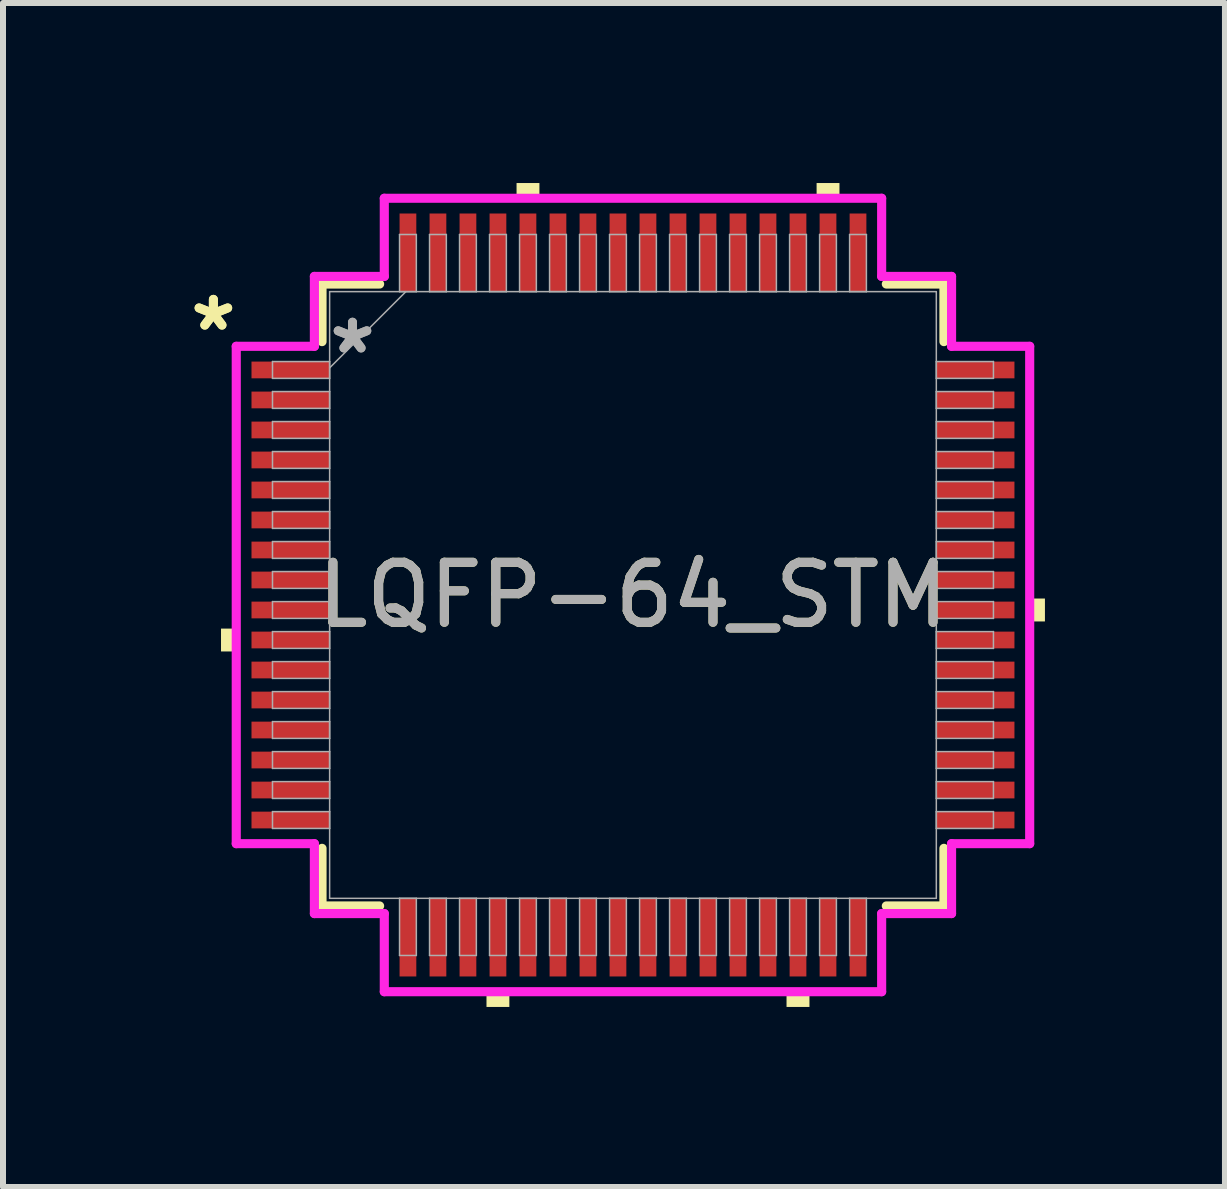
<source format=kicad_pcb>
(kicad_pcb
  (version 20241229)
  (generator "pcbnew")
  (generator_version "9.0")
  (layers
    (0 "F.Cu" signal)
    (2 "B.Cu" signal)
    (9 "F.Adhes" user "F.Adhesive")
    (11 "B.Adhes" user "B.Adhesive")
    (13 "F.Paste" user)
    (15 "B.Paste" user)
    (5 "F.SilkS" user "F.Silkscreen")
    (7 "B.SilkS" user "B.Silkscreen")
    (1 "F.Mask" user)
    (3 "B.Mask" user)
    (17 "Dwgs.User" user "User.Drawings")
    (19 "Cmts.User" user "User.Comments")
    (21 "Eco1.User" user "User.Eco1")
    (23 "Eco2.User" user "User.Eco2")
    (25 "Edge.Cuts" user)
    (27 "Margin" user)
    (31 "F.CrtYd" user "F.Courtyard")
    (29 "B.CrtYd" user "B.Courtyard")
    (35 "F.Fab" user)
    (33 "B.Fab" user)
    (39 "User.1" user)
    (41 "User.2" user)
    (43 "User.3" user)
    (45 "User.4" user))
  (footprint "LQFP-64_STM"
    (layer "F.Cu")
    (at 7.498 6.865)
    (property "Reference" "LQFP-64_STM" (at 0 0 0) (unlocked yes) (layer "F.SilkS") (effects (font (size 1 1) (thickness 0.15))))
    (attr smd)
    (fp_line (start -5.182 -5.182) (end -5.182 -4.222) (stroke (width 0.152) (type solid)) (layer "F.SilkS"))
    (fp_line (start -5.182 4.222) (end -5.182 5.182) (stroke (width 0.152) (type solid)) (layer "F.SilkS"))
    (fp_line (start -5.182 5.182) (end -4.222 5.182) (stroke (width 0.152) (type solid)) (layer "F.SilkS"))
    (fp_line (start -4.222 -5.182) (end -5.182 -5.182) (stroke (width 0.152) (type solid)) (layer "F.SilkS"))
    (fp_line (start 4.222 5.182) (end 5.182 5.182) (stroke (width 0.152) (type solid)) (layer "F.SilkS"))
    (fp_line (start 5.182 -5.182) (end 4.222 -5.182) (stroke (width 0.152) (type solid)) (layer "F.SilkS"))
    (fp_line (start 5.182 -4.222) (end 5.182 -5.182) (stroke (width 0.152) (type solid)) (layer "F.SilkS"))
    (fp_line (start 5.182 5.182) (end 5.182 4.222) (stroke (width 0.152) (type solid)) (layer "F.SilkS"))
    (fp_poly (pts (xy -6.865 0.56) (xy -6.865 0.941) (xy -6.611 0.941) (xy -6.611 0.56)) (stroke (width 0) (type solid)) (fill yes) (layer "F.SilkS"))
    (fp_poly (pts (xy -2.441 6.611) (xy -2.441 6.865) (xy -2.06 6.865) (xy -2.06 6.611)) (stroke (width 0) (type solid)) (fill yes) (layer "F.SilkS"))
    (fp_poly (pts (xy -1.94 -6.611) (xy -1.94 -6.865) (xy -1.559 -6.865) (xy -1.559 -6.611)) (stroke (width 0) (type solid)) (fill yes) (layer "F.SilkS"))
    (fp_poly (pts (xy 2.559 6.611) (xy 2.559 6.865) (xy 2.941 6.865) (xy 2.941 6.611)) (stroke (width 0) (type solid)) (fill yes) (layer "F.SilkS"))
    (fp_poly (pts (xy 3.06 -6.611) (xy 3.06 -6.865) (xy 3.441 -6.865) (xy 3.441 -6.611)) (stroke (width 0) (type solid)) (fill yes) (layer "F.SilkS"))
    (fp_poly (pts (xy 6.865 0.059) (xy 6.865 0.441) (xy 6.611 0.441) (xy 6.611 0.059)) (stroke (width 0) (type solid)) (fill yes) (layer "F.SilkS"))
    (fp_line (start -6.611 -4.144) (end -5.309 -4.144) (stroke (width 0.152) (type solid)) (layer "F.CrtYd"))
    (fp_line (start -6.611 4.144) (end -6.611 -4.144) (stroke (width 0.152) (type solid)) (layer "F.CrtYd"))
    (fp_line (start -5.309 -5.309) (end -4.144 -5.309) (stroke (width 0.152) (type solid)) (layer "F.CrtYd"))
    (fp_line (start -5.309 -4.144) (end -5.309 -5.309) (stroke (width 0.152) (type solid)) (layer "F.CrtYd"))
    (fp_line (start -5.309 4.144) (end -6.611 4.144) (stroke (width 0.152) (type solid)) (layer "F.CrtYd"))
    (fp_line (start -5.309 5.309) (end -5.309 4.144) (stroke (width 0.152) (type solid)) (layer "F.CrtYd"))
    (fp_line (start -5.309 5.309) (end -4.144 5.309) (stroke (width 0.152) (type solid)) (layer "F.CrtYd"))
    (fp_line (start -4.144 -6.611) (end 4.144 -6.611) (stroke (width 0.152) (type solid)) (layer "F.CrtYd"))
    (fp_line (start -4.144 -5.309) (end -4.144 -6.611) (stroke (width 0.152) (type solid)) (layer "F.CrtYd"))
    (fp_line (start -4.144 5.309) (end -4.144 6.611) (stroke (width 0.152) (type solid)) (layer "F.CrtYd"))
    (fp_line (start -4.144 6.611) (end 4.144 6.611) (stroke (width 0.152) (type solid)) (layer "F.CrtYd"))
    (fp_line (start 4.144 -6.611) (end 4.144 -5.309) (stroke (width 0.152) (type solid)) (layer "F.CrtYd"))
    (fp_line (start 4.144 -5.309) (end 5.309 -5.309) (stroke (width 0.152) (type solid)) (layer "F.CrtYd"))
    (fp_line (start 4.144 5.309) (end 5.309 5.309) (stroke (width 0.152) (type solid)) (layer "F.CrtYd"))
    (fp_line (start 4.144 6.611) (end 4.144 5.309) (stroke (width 0.152) (type solid)) (layer "F.CrtYd"))
    (fp_line (start 5.309 -4.144) (end 5.309 -5.309) (stroke (width 0.152) (type solid)) (layer "F.CrtYd"))
    (fp_line (start 5.309 4.144) (end 6.611 4.144) (stroke (width 0.152) (type solid)) (layer "F.CrtYd"))
    (fp_line (start 5.309 5.309) (end 5.309 4.144) (stroke (width 0.152) (type solid)) (layer "F.CrtYd"))
    (fp_line (start 6.611 -4.144) (end 5.309 -4.144) (stroke (width 0.152) (type solid)) (layer "F.CrtYd"))
    (fp_line (start 6.611 4.144) (end 6.611 -4.144) (stroke (width 0.152) (type solid)) (layer "F.CrtYd"))
    (fp_line (start -6.007 -3.89) (end -6.007 -3.61) (stroke (width 0.025) (type solid)) (layer "F.Fab"))
    (fp_line (start -6.007 -3.61) (end -5.055 -3.61) (stroke (width 0.025) (type solid)) (layer "F.Fab"))
    (fp_line (start -6.007 -3.39) (end -6.007 -3.11) (stroke (width 0.025) (type solid)) (layer "F.Fab"))
    (fp_line (start -6.007 -3.11) (end -5.055 -3.11) (stroke (width 0.025) (type solid)) (layer "F.Fab"))
    (fp_line (start -6.007 -2.89) (end -6.007 -2.61) (stroke (width 0.025) (type solid)) (layer "F.Fab"))
    (fp_line (start -6.007 -2.61) (end -5.055 -2.61) (stroke (width 0.025) (type solid)) (layer "F.Fab"))
    (fp_line (start -6.007 -2.39) (end -6.007 -2.11) (stroke (width 0.025) (type solid)) (layer "F.Fab"))
    (fp_line (start -6.007 -2.11) (end -5.055 -2.11) (stroke (width 0.025) (type solid)) (layer "F.Fab"))
    (fp_line (start -6.007 -1.89) (end -6.007 -1.61) (stroke (width 0.025) (type solid)) (layer "F.Fab"))
    (fp_line (start -6.007 -1.61) (end -5.055 -1.61) (stroke (width 0.025) (type solid)) (layer "F.Fab"))
    (fp_line (start -6.007 -1.39) (end -6.007 -1.11) (stroke (width 0.025) (type solid)) (layer "F.Fab"))
    (fp_line (start -6.007 -1.11) (end -5.055 -1.11) (stroke (width 0.025) (type solid)) (layer "F.Fab"))
    (fp_line (start -6.007 -0.89) (end -6.007 -0.61) (stroke (width 0.025) (type solid)) (layer "F.Fab"))
    (fp_line (start -6.007 -0.61) (end -5.055 -0.61) (stroke (width 0.025) (type solid)) (layer "F.Fab"))
    (fp_line (start -6.007 -0.39) (end -6.007 -0.11) (stroke (width 0.025) (type solid)) (layer "F.Fab"))
    (fp_line (start -6.007 -0.11) (end -5.055 -0.11) (stroke (width 0.025) (type solid)) (layer "F.Fab"))
    (fp_line (start -6.007 0.11) (end -6.007 0.39) (stroke (width 0.025) (type solid)) (layer "F.Fab"))
    (fp_line (start -6.007 0.39) (end -5.055 0.39) (stroke (width 0.025) (type solid)) (layer "F.Fab"))
    (fp_line (start -6.007 0.61) (end -6.007 0.89) (stroke (width 0.025) (type solid)) (layer "F.Fab"))
    (fp_line (start -6.007 0.89) (end -5.055 0.89) (stroke (width 0.025) (type solid)) (layer "F.Fab"))
    (fp_line (start -6.007 1.11) (end -6.007 1.39) (stroke (width 0.025) (type solid)) (layer "F.Fab"))
    (fp_line (start -6.007 1.39) (end -5.055 1.39) (stroke (width 0.025) (type solid)) (layer "F.Fab"))
    (fp_line (start -6.007 1.61) (end -6.007 1.89) (stroke (width 0.025) (type solid)) (layer "F.Fab"))
    (fp_line (start -6.007 1.89) (end -5.055 1.89) (stroke (width 0.025) (type solid)) (layer "F.Fab"))
    (fp_line (start -6.007 2.11) (end -6.007 2.39) (stroke (width 0.025) (type solid)) (layer "F.Fab"))
    (fp_line (start -6.007 2.39) (end -5.055 2.39) (stroke (width 0.025) (type solid)) (layer "F.Fab"))
    (fp_line (start -6.007 2.61) (end -6.007 2.89) (stroke (width 0.025) (type solid)) (layer "F.Fab"))
    (fp_line (start -6.007 2.89) (end -5.055 2.89) (stroke (width 0.025) (type solid)) (layer "F.Fab"))
    (fp_line (start -6.007 3.11) (end -6.007 3.39) (stroke (width 0.025) (type solid)) (layer "F.Fab"))
    (fp_line (start -6.007 3.39) (end -5.055 3.39) (stroke (width 0.025) (type solid)) (layer "F.Fab"))
    (fp_line (start -6.007 3.61) (end -6.007 3.89) (stroke (width 0.025) (type solid)) (layer "F.Fab"))
    (fp_line (start -6.007 3.89) (end -5.055 3.89) (stroke (width 0.025) (type solid)) (layer "F.Fab"))
    (fp_line (start -5.055 -5.055) (end -5.055 5.055) (stroke (width 0.025) (type solid)) (layer "F.Fab"))
    (fp_line (start -5.055 -3.89) (end -6.007 -3.89) (stroke (width 0.025) (type solid)) (layer "F.Fab"))
    (fp_line (start -5.055 -3.785) (end -3.785 -5.055) (stroke (width 0.025) (type solid)) (layer "F.Fab"))
    (fp_line (start -5.055 -3.61) (end -5.055 -3.89) (stroke (width 0.025) (type solid)) (layer "F.Fab"))
    (fp_line (start -5.055 -3.39) (end -6.007 -3.39) (stroke (width 0.025) (type solid)) (layer "F.Fab"))
    (fp_line (start -5.055 -3.11) (end -5.055 -3.39) (stroke (width 0.025) (type solid)) (layer "F.Fab"))
    (fp_line (start -5.055 -2.89) (end -6.007 -2.89) (stroke (width 0.025) (type solid)) (layer "F.Fab"))
    (fp_line (start -5.055 -2.61) (end -5.055 -2.89) (stroke (width 0.025) (type solid)) (layer "F.Fab"))
    (fp_line (start -5.055 -2.39) (end -6.007 -2.39) (stroke (width 0.025) (type solid)) (layer "F.Fab"))
    (fp_line (start -5.055 -2.11) (end -5.055 -2.39) (stroke (width 0.025) (type solid)) (layer "F.Fab"))
    (fp_line (start -5.055 -1.89) (end -6.007 -1.89) (stroke (width 0.025) (type solid)) (layer "F.Fab"))
    (fp_line (start -5.055 -1.61) (end -5.055 -1.89) (stroke (width 0.025) (type solid)) (layer "F.Fab"))
    (fp_line (start -5.055 -1.39) (end -6.007 -1.39) (stroke (width 0.025) (type solid)) (layer "F.Fab"))
    (fp_line (start -5.055 -1.11) (end -5.055 -1.39) (stroke (width 0.025) (type solid)) (layer "F.Fab"))
    (fp_line (start -5.055 -0.89) (end -6.007 -0.89) (stroke (width 0.025) (type solid)) (layer "F.Fab"))
    (fp_line (start -5.055 -0.61) (end -5.055 -0.89) (stroke (width 0.025) (type solid)) (layer "F.Fab"))
    (fp_line (start -5.055 -0.39) (end -6.007 -0.39) (stroke (width 0.025) (type solid)) (layer "F.Fab"))
    (fp_line (start -5.055 -0.11) (end -5.055 -0.39) (stroke (width 0.025) (type solid)) (layer "F.Fab"))
    (fp_line (start -5.055 0.11) (end -6.007 0.11) (stroke (width 0.025) (type solid)) (layer "F.Fab"))
    (fp_line (start -5.055 0.39) (end -5.055 0.11) (stroke (width 0.025) (type solid)) (layer "F.Fab"))
    (fp_line (start -5.055 0.61) (end -6.007 0.61) (stroke (width 0.025) (type solid)) (layer "F.Fab"))
    (fp_line (start -5.055 0.89) (end -5.055 0.61) (stroke (width 0.025) (type solid)) (layer "F.Fab"))
    (fp_line (start -5.055 1.11) (end -6.007 1.11) (stroke (width 0.025) (type solid)) (layer "F.Fab"))
    (fp_line (start -5.055 1.39) (end -5.055 1.11) (stroke (width 0.025) (type solid)) (layer "F.Fab"))
    (fp_line (start -5.055 1.61) (end -6.007 1.61) (stroke (width 0.025) (type solid)) (layer "F.Fab"))
    (fp_line (start -5.055 1.89) (end -5.055 1.61) (stroke (width 0.025) (type solid)) (layer "F.Fab"))
    (fp_line (start -5.055 2.11) (end -6.007 2.11) (stroke (width 0.025) (type solid)) (layer "F.Fab"))
    (fp_line (start -5.055 2.39) (end -5.055 2.11) (stroke (width 0.025) (type solid)) (layer "F.Fab"))
    (fp_line (start -5.055 2.61) (end -6.007 2.61) (stroke (width 0.025) (type solid)) (layer "F.Fab"))
    (fp_line (start -5.055 2.89) (end -5.055 2.61) (stroke (width 0.025) (type solid)) (layer "F.Fab"))
    (fp_line (start -5.055 3.11) (end -6.007 3.11) (stroke (width 0.025) (type solid)) (layer "F.Fab"))
    (fp_line (start -5.055 3.39) (end -5.055 3.11) (stroke (width 0.025) (type solid)) (layer "F.Fab"))
    (fp_line (start -5.055 3.61) (end -6.007 3.61) (stroke (width 0.025) (type solid)) (layer "F.Fab"))
    (fp_line (start -5.055 3.89) (end -5.055 3.61) (stroke (width 0.025) (type solid)) (layer "F.Fab"))
    (fp_line (start -5.055 5.055) (end 5.055 5.055) (stroke (width 0.025) (type solid)) (layer "F.Fab"))
    (fp_line (start -3.89 -6.007) (end -3.89 -5.055) (stroke (width 0.025) (type solid)) (layer "F.Fab"))
    (fp_line (start -3.89 -5.055) (end -3.61 -5.055) (stroke (width 0.025) (type solid)) (layer "F.Fab"))
    (fp_line (start -3.89 5.055) (end -3.89 6.007) (stroke (width 0.025) (type solid)) (layer "F.Fab"))
    (fp_line (start -3.89 6.007) (end -3.61 6.007) (stroke (width 0.025) (type solid)) (layer "F.Fab"))
    (fp_line (start -3.61 -6.007) (end -3.89 -6.007) (stroke (width 0.025) (type solid)) (layer "F.Fab"))
    (fp_line (start -3.61 -5.055) (end -3.61 -6.007) (stroke (width 0.025) (type solid)) (layer "F.Fab"))
    (fp_line (start -3.61 5.055) (end -3.89 5.055) (stroke (width 0.025) (type solid)) (layer "F.Fab"))
    (fp_line (start -3.61 6.007) (end -3.61 5.055) (stroke (width 0.025) (type solid)) (layer "F.Fab"))
    (fp_line (start -3.39 -6.007) (end -3.39 -5.055) (stroke (width 0.025) (type solid)) (layer "F.Fab"))
    (fp_line (start -3.39 -5.055) (end -3.11 -5.055) (stroke (width 0.025) (type solid)) (layer "F.Fab"))
    (fp_line (start -3.39 5.055) (end -3.39 6.007) (stroke (width 0.025) (type solid)) (layer "F.Fab"))
    (fp_line (start -3.39 6.007) (end -3.11 6.007) (stroke (width 0.025) (type solid)) (layer "F.Fab"))
    (fp_line (start -3.11 -6.007) (end -3.39 -6.007) (stroke (width 0.025) (type solid)) (layer "F.Fab"))
    (fp_line (start -3.11 -5.055) (end -3.11 -6.007) (stroke (width 0.025) (type solid)) (layer "F.Fab"))
    (fp_line (start -3.11 5.055) (end -3.39 5.055) (stroke (width 0.025) (type solid)) (layer "F.Fab"))
    (fp_line (start -3.11 6.007) (end -3.11 5.055) (stroke (width 0.025) (type solid)) (layer "F.Fab"))
    (fp_line (start -2.89 -6.007) (end -2.89 -5.055) (stroke (width 0.025) (type solid)) (layer "F.Fab"))
    (fp_line (start -2.89 -5.055) (end -2.61 -5.055) (stroke (width 0.025) (type solid)) (layer "F.Fab"))
    (fp_line (start -2.89 5.055) (end -2.89 6.007) (stroke (width 0.025) (type solid)) (layer "F.Fab"))
    (fp_line (start -2.89 6.007) (end -2.61 6.007) (stroke (width 0.025) (type solid)) (layer "F.Fab"))
    (fp_line (start -2.61 -6.007) (end -2.89 -6.007) (stroke (width 0.025) (type solid)) (layer "F.Fab"))
    (fp_line (start -2.61 -5.055) (end -2.61 -6.007) (stroke (width 0.025) (type solid)) (layer "F.Fab"))
    (fp_line (start -2.61 5.055) (end -2.89 5.055) (stroke (width 0.025) (type solid)) (layer "F.Fab"))
    (fp_line (start -2.61 6.007) (end -2.61 5.055) (stroke (width 0.025) (type solid)) (layer "F.Fab"))
    (fp_line (start -2.39 -6.007) (end -2.39 -5.055) (stroke (width 0.025) (type solid)) (layer "F.Fab"))
    (fp_line (start -2.39 -5.055) (end -2.11 -5.055) (stroke (width 0.025) (type solid)) (layer "F.Fab"))
    (fp_line (start -2.39 5.055) (end -2.39 6.007) (stroke (width 0.025) (type solid)) (layer "F.Fab"))
    (fp_line (start -2.39 6.007) (end -2.11 6.007) (stroke (width 0.025) (type solid)) (layer "F.Fab"))
    (fp_line (start -2.11 -6.007) (end -2.39 -6.007) (stroke (width 0.025) (type solid)) (layer "F.Fab"))
    (fp_line (start -2.11 -5.055) (end -2.11 -6.007) (stroke (width 0.025) (type solid)) (layer "F.Fab"))
    (fp_line (start -2.11 5.055) (end -2.39 5.055) (stroke (width 0.025) (type solid)) (layer "F.Fab"))
    (fp_line (start -2.11 6.007) (end -2.11 5.055) (stroke (width 0.025) (type solid)) (layer "F.Fab"))
    (fp_line (start -1.89 -6.007) (end -1.89 -5.055) (stroke (width 0.025) (type solid)) (layer "F.Fab"))
    (fp_line (start -1.89 -5.055) (end -1.61 -5.055) (stroke (width 0.025) (type solid)) (layer "F.Fab"))
    (fp_line (start -1.89 5.055) (end -1.89 6.007) (stroke (width 0.025) (type solid)) (layer "F.Fab"))
    (fp_line (start -1.89 6.007) (end -1.61 6.007) (stroke (width 0.025) (type solid)) (layer "F.Fab"))
    (fp_line (start -1.61 -6.007) (end -1.89 -6.007) (stroke (width 0.025) (type solid)) (layer "F.Fab"))
    (fp_line (start -1.61 -5.055) (end -1.61 -6.007) (stroke (width 0.025) (type solid)) (layer "F.Fab"))
    (fp_line (start -1.61 5.055) (end -1.89 5.055) (stroke (width 0.025) (type solid)) (layer "F.Fab"))
    (fp_line (start -1.61 6.007) (end -1.61 5.055) (stroke (width 0.025) (type solid)) (layer "F.Fab"))
    (fp_line (start -1.39 -6.007) (end -1.39 -5.055) (stroke (width 0.025) (type solid)) (layer "F.Fab"))
    (fp_line (start -1.39 -5.055) (end -1.11 -5.055) (stroke (width 0.025) (type solid)) (layer "F.Fab"))
    (fp_line (start -1.39 5.055) (end -1.39 6.007) (stroke (width 0.025) (type solid)) (layer "F.Fab"))
    (fp_line (start -1.39 6.007) (end -1.11 6.007) (stroke (width 0.025) (type solid)) (layer "F.Fab"))
    (fp_line (start -1.11 -6.007) (end -1.39 -6.007) (stroke (width 0.025) (type solid)) (layer "F.Fab"))
    (fp_line (start -1.11 -5.055) (end -1.11 -6.007) (stroke (width 0.025) (type solid)) (layer "F.Fab"))
    (fp_line (start -1.11 5.055) (end -1.39 5.055) (stroke (width 0.025) (type solid)) (layer "F.Fab"))
    (fp_line (start -1.11 6.007) (end -1.11 5.055) (stroke (width 0.025) (type solid)) (layer "F.Fab"))
    (fp_line (start -0.89 -6.007) (end -0.89 -5.055) (stroke (width 0.025) (type solid)) (layer "F.Fab"))
    (fp_line (start -0.89 -5.055) (end -0.61 -5.055) (stroke (width 0.025) (type solid)) (layer "F.Fab"))
    (fp_line (start -0.89 5.055) (end -0.89 6.007) (stroke (width 0.025) (type solid)) (layer "F.Fab"))
    (fp_line (start -0.89 6.007) (end -0.61 6.007) (stroke (width 0.025) (type solid)) (layer "F.Fab"))
    (fp_line (start -0.61 -6.007) (end -0.89 -6.007) (stroke (width 0.025) (type solid)) (layer "F.Fab"))
    (fp_line (start -0.61 -5.055) (end -0.61 -6.007) (stroke (width 0.025) (type solid)) (layer "F.Fab"))
    (fp_line (start -0.61 5.055) (end -0.89 5.055) (stroke (width 0.025) (type solid)) (layer "F.Fab"))
    (fp_line (start -0.61 6.007) (end -0.61 5.055) (stroke (width 0.025) (type solid)) (layer "F.Fab"))
    (fp_line (start -0.39 -6.007) (end -0.39 -5.055) (stroke (width 0.025) (type solid)) (layer "F.Fab"))
    (fp_line (start -0.39 -5.055) (end -0.11 -5.055) (stroke (width 0.025) (type solid)) (layer "F.Fab"))
    (fp_line (start -0.39 5.055) (end -0.39 6.007) (stroke (width 0.025) (type solid)) (layer "F.Fab"))
    (fp_line (start -0.39 6.007) (end -0.11 6.007) (stroke (width 0.025) (type solid)) (layer "F.Fab"))
    (fp_line (start -0.11 -6.007) (end -0.39 -6.007) (stroke (width 0.025) (type solid)) (layer "F.Fab"))
    (fp_line (start -0.11 -5.055) (end -0.11 -6.007) (stroke (width 0.025) (type solid)) (layer "F.Fab"))
    (fp_line (start -0.11 5.055) (end -0.39 5.055) (stroke (width 0.025) (type solid)) (layer "F.Fab"))
    (fp_line (start -0.11 6.007) (end -0.11 5.055) (stroke (width 0.025) (type solid)) (layer "F.Fab"))
    (fp_line (start 0.11 -6.007) (end 0.11 -5.055) (stroke (width 0.025) (type solid)) (layer "F.Fab"))
    (fp_line (start 0.11 -5.055) (end 0.39 -5.055) (stroke (width 0.025) (type solid)) (layer "F.Fab"))
    (fp_line (start 0.11 5.055) (end 0.11 6.007) (stroke (width 0.025) (type solid)) (layer "F.Fab"))
    (fp_line (start 0.11 6.007) (end 0.39 6.007) (stroke (width 0.025) (type solid)) (layer "F.Fab"))
    (fp_line (start 0.39 -6.007) (end 0.11 -6.007) (stroke (width 0.025) (type solid)) (layer "F.Fab"))
    (fp_line (start 0.39 -5.055) (end 0.39 -6.007) (stroke (width 0.025) (type solid)) (layer "F.Fab"))
    (fp_line (start 0.39 5.055) (end 0.11 5.055) (stroke (width 0.025) (type solid)) (layer "F.Fab"))
    (fp_line (start 0.39 6.007) (end 0.39 5.055) (stroke (width 0.025) (type solid)) (layer "F.Fab"))
    (fp_line (start 0.61 -6.007) (end 0.61 -5.055) (stroke (width 0.025) (type solid)) (layer "F.Fab"))
    (fp_line (start 0.61 -5.055) (end 0.89 -5.055) (stroke (width 0.025) (type solid)) (layer "F.Fab"))
    (fp_line (start 0.61 5.055) (end 0.61 6.007) (stroke (width 0.025) (type solid)) (layer "F.Fab"))
    (fp_line (start 0.61 6.007) (end 0.89 6.007) (stroke (width 0.025) (type solid)) (layer "F.Fab"))
    (fp_line (start 0.89 -6.007) (end 0.61 -6.007) (stroke (width 0.025) (type solid)) (layer "F.Fab"))
    (fp_line (start 0.89 -5.055) (end 0.89 -6.007) (stroke (width 0.025) (type solid)) (layer "F.Fab"))
    (fp_line (start 0.89 5.055) (end 0.61 5.055) (stroke (width 0.025) (type solid)) (layer "F.Fab"))
    (fp_line (start 0.89 6.007) (end 0.89 5.055) (stroke (width 0.025) (type solid)) (layer "F.Fab"))
    (fp_line (start 1.11 -6.007) (end 1.11 -5.055) (stroke (width 0.025) (type solid)) (layer "F.Fab"))
    (fp_line (start 1.11 -5.055) (end 1.39 -5.055) (stroke (width 0.025) (type solid)) (layer "F.Fab"))
    (fp_line (start 1.11 5.055) (end 1.11 6.007) (stroke (width 0.025) (type solid)) (layer "F.Fab"))
    (fp_line (start 1.11 6.007) (end 1.39 6.007) (stroke (width 0.025) (type solid)) (layer "F.Fab"))
    (fp_line (start 1.39 -6.007) (end 1.11 -6.007) (stroke (width 0.025) (type solid)) (layer "F.Fab"))
    (fp_line (start 1.39 -5.055) (end 1.39 -6.007) (stroke (width 0.025) (type solid)) (layer "F.Fab"))
    (fp_line (start 1.39 5.055) (end 1.11 5.055) (stroke (width 0.025) (type solid)) (layer "F.Fab"))
    (fp_line (start 1.39 6.007) (end 1.39 5.055) (stroke (width 0.025) (type solid)) (layer "F.Fab"))
    (fp_line (start 1.61 -6.007) (end 1.61 -5.055) (stroke (width 0.025) (type solid)) (layer "F.Fab"))
    (fp_line (start 1.61 -5.055) (end 1.89 -5.055) (stroke (width 0.025) (type solid)) (layer "F.Fab"))
    (fp_line (start 1.61 5.055) (end 1.61 6.007) (stroke (width 0.025) (type solid)) (layer "F.Fab"))
    (fp_line (start 1.61 6.007) (end 1.89 6.007) (stroke (width 0.025) (type solid)) (layer "F.Fab"))
    (fp_line (start 1.89 -6.007) (end 1.61 -6.007) (stroke (width 0.025) (type solid)) (layer "F.Fab"))
    (fp_line (start 1.89 -5.055) (end 1.89 -6.007) (stroke (width 0.025) (type solid)) (layer "F.Fab"))
    (fp_line (start 1.89 5.055) (end 1.61 5.055) (stroke (width 0.025) (type solid)) (layer "F.Fab"))
    (fp_line (start 1.89 6.007) (end 1.89 5.055) (stroke (width 0.025) (type solid)) (layer "F.Fab"))
    (fp_line (start 2.11 -6.007) (end 2.11 -5.055) (stroke (width 0.025) (type solid)) (layer "F.Fab"))
    (fp_line (start 2.11 -5.055) (end 2.39 -5.055) (stroke (width 0.025) (type solid)) (layer "F.Fab"))
    (fp_line (start 2.11 5.055) (end 2.11 6.007) (stroke (width 0.025) (type solid)) (layer "F.Fab"))
    (fp_line (start 2.11 6.007) (end 2.39 6.007) (stroke (width 0.025) (type solid)) (layer "F.Fab"))
    (fp_line (start 2.39 -6.007) (end 2.11 -6.007) (stroke (width 0.025) (type solid)) (layer "F.Fab"))
    (fp_line (start 2.39 -5.055) (end 2.39 -6.007) (stroke (width 0.025) (type solid)) (layer "F.Fab"))
    (fp_line (start 2.39 5.055) (end 2.11 5.055) (stroke (width 0.025) (type solid)) (layer "F.Fab"))
    (fp_line (start 2.39 6.007) (end 2.39 5.055) (stroke (width 0.025) (type solid)) (layer "F.Fab"))
    (fp_line (start 2.61 -6.007) (end 2.61 -5.055) (stroke (width 0.025) (type solid)) (layer "F.Fab"))
    (fp_line (start 2.61 -5.055) (end 2.89 -5.055) (stroke (width 0.025) (type solid)) (layer "F.Fab"))
    (fp_line (start 2.61 5.055) (end 2.61 6.007) (stroke (width 0.025) (type solid)) (layer "F.Fab"))
    (fp_line (start 2.61 6.007) (end 2.89 6.007) (stroke (width 0.025) (type solid)) (layer "F.Fab"))
    (fp_line (start 2.89 -6.007) (end 2.61 -6.007) (stroke (width 0.025) (type solid)) (layer "F.Fab"))
    (fp_line (start 2.89 -5.055) (end 2.89 -6.007) (stroke (width 0.025) (type solid)) (layer "F.Fab"))
    (fp_line (start 2.89 5.055) (end 2.61 5.055) (stroke (width 0.025) (type solid)) (layer "F.Fab"))
    (fp_line (start 2.89 6.007) (end 2.89 5.055) (stroke (width 0.025) (type solid)) (layer "F.Fab"))
    (fp_line (start 3.11 -6.007) (end 3.11 -5.055) (stroke (width 0.025) (type solid)) (layer "F.Fab"))
    (fp_line (start 3.11 -5.055) (end 3.39 -5.055) (stroke (width 0.025) (type solid)) (layer "F.Fab"))
    (fp_line (start 3.11 5.055) (end 3.11 6.007) (stroke (width 0.025) (type solid)) (layer "F.Fab"))
    (fp_line (start 3.11 6.007) (end 3.39 6.007) (stroke (width 0.025) (type solid)) (layer "F.Fab"))
    (fp_line (start 3.39 -6.007) (end 3.11 -6.007) (stroke (width 0.025) (type solid)) (layer "F.Fab"))
    (fp_line (start 3.39 -5.055) (end 3.39 -6.007) (stroke (width 0.025) (type solid)) (layer "F.Fab"))
    (fp_line (start 3.39 5.055) (end 3.11 5.055) (stroke (width 0.025) (type solid)) (layer "F.Fab"))
    (fp_line (start 3.39 6.007) (end 3.39 5.055) (stroke (width 0.025) (type solid)) (layer "F.Fab"))
    (fp_line (start 3.61 -6.007) (end 3.61 -5.055) (stroke (width 0.025) (type solid)) (layer "F.Fab"))
    (fp_line (start 3.61 -5.055) (end 3.89 -5.055) (stroke (width 0.025) (type solid)) (layer "F.Fab"))
    (fp_line (start 3.61 5.055) (end 3.61 6.007) (stroke (width 0.025) (type solid)) (layer "F.Fab"))
    (fp_line (start 3.61 6.007) (end 3.89 6.007) (stroke (width 0.025) (type solid)) (layer "F.Fab"))
    (fp_line (start 3.89 -6.007) (end 3.61 -6.007) (stroke (width 0.025) (type solid)) (layer "F.Fab"))
    (fp_line (start 3.89 -5.055) (end 3.89 -6.007) (stroke (width 0.025) (type solid)) (layer "F.Fab"))
    (fp_line (start 3.89 5.055) (end 3.61 5.055) (stroke (width 0.025) (type solid)) (layer "F.Fab"))
    (fp_line (start 3.89 6.007) (end 3.89 5.055) (stroke (width 0.025) (type solid)) (layer "F.Fab"))
    (fp_line (start 5.055 -5.055) (end -5.055 -5.055) (stroke (width 0.025) (type solid)) (layer "F.Fab"))
    (fp_line (start 5.055 -3.89) (end 5.055 -3.61) (stroke (width 0.025) (type solid)) (layer "F.Fab"))
    (fp_line (start 5.055 -3.61) (end 6.007 -3.61) (stroke (width 0.025) (type solid)) (layer "F.Fab"))
    (fp_line (start 5.055 -3.39) (end 5.055 -3.11) (stroke (width 0.025) (type solid)) (layer "F.Fab"))
    (fp_line (start 5.055 -3.11) (end 6.007 -3.11) (stroke (width 0.025) (type solid)) (layer "F.Fab"))
    (fp_line (start 5.055 -2.89) (end 5.055 -2.61) (stroke (width 0.025) (type solid)) (layer "F.Fab"))
    (fp_line (start 5.055 -2.61) (end 6.007 -2.61) (stroke (width 0.025) (type solid)) (layer "F.Fab"))
    (fp_line (start 5.055 -2.39) (end 5.055 -2.11) (stroke (width 0.025) (type solid)) (layer "F.Fab"))
    (fp_line (start 5.055 -2.11) (end 6.007 -2.11) (stroke (width 0.025) (type solid)) (layer "F.Fab"))
    (fp_line (start 5.055 -1.89) (end 5.055 -1.61) (stroke (width 0.025) (type solid)) (layer "F.Fab"))
    (fp_line (start 5.055 -1.61) (end 6.007 -1.61) (stroke (width 0.025) (type solid)) (layer "F.Fab"))
    (fp_line (start 5.055 -1.39) (end 5.055 -1.11) (stroke (width 0.025) (type solid)) (layer "F.Fab"))
    (fp_line (start 5.055 -1.11) (end 6.007 -1.11) (stroke (width 0.025) (type solid)) (layer "F.Fab"))
    (fp_line (start 5.055 -0.89) (end 5.055 -0.61) (stroke (width 0.025) (type solid)) (layer "F.Fab"))
    (fp_line (start 5.055 -0.61) (end 6.007 -0.61) (stroke (width 0.025) (type solid)) (layer "F.Fab"))
    (fp_line (start 5.055 -0.39) (end 5.055 -0.11) (stroke (width 0.025) (type solid)) (layer "F.Fab"))
    (fp_line (start 5.055 -0.11) (end 6.007 -0.11) (stroke (width 0.025) (type solid)) (layer "F.Fab"))
    (fp_line (start 5.055 0.11) (end 5.055 0.39) (stroke (width 0.025) (type solid)) (layer "F.Fab"))
    (fp_line (start 5.055 0.39) (end 6.007 0.39) (stroke (width 0.025) (type solid)) (layer "F.Fab"))
    (fp_line (start 5.055 0.61) (end 5.055 0.89) (stroke (width 0.025) (type solid)) (layer "F.Fab"))
    (fp_line (start 5.055 0.89) (end 6.007 0.89) (stroke (width 0.025) (type solid)) (layer "F.Fab"))
    (fp_line (start 5.055 1.11) (end 5.055 1.39) (stroke (width 0.025) (type solid)) (layer "F.Fab"))
    (fp_line (start 5.055 1.39) (end 6.007 1.39) (stroke (width 0.025) (type solid)) (layer "F.Fab"))
    (fp_line (start 5.055 1.61) (end 5.055 1.89) (stroke (width 0.025) (type solid)) (layer "F.Fab"))
    (fp_line (start 5.055 1.89) (end 6.007 1.89) (stroke (width 0.025) (type solid)) (layer "F.Fab"))
    (fp_line (start 5.055 2.11) (end 5.055 2.39) (stroke (width 0.025) (type solid)) (layer "F.Fab"))
    (fp_line (start 5.055 2.39) (end 6.007 2.39) (stroke (width 0.025) (type solid)) (layer "F.Fab"))
    (fp_line (start 5.055 2.61) (end 5.055 2.89) (stroke (width 0.025) (type solid)) (layer "F.Fab"))
    (fp_line (start 5.055 2.89) (end 6.007 2.89) (stroke (width 0.025) (type solid)) (layer "F.Fab"))
    (fp_line (start 5.055 3.11) (end 5.055 3.39) (stroke (width 0.025) (type solid)) (layer "F.Fab"))
    (fp_line (start 5.055 3.39) (end 6.007 3.39) (stroke (width 0.025) (type solid)) (layer "F.Fab"))
    (fp_line (start 5.055 3.61) (end 5.055 3.89) (stroke (width 0.025) (type solid)) (layer "F.Fab"))
    (fp_line (start 5.055 3.89) (end 6.007 3.89) (stroke (width 0.025) (type solid)) (layer "F.Fab"))
    (fp_line (start 5.055 5.055) (end 5.055 -5.055) (stroke (width 0.025) (type solid)) (layer "F.Fab"))
    (fp_line (start 6.007 -3.89) (end 5.055 -3.89) (stroke (width 0.025) (type solid)) (layer "F.Fab"))
    (fp_line (start 6.007 -3.61) (end 6.007 -3.89) (stroke (width 0.025) (type solid)) (layer "F.Fab"))
    (fp_line (start 6.007 -3.39) (end 5.055 -3.39) (stroke (width 0.025) (type solid)) (layer "F.Fab"))
    (fp_line (start 6.007 -3.11) (end 6.007 -3.39) (stroke (width 0.025) (type solid)) (layer "F.Fab"))
    (fp_line (start 6.007 -2.89) (end 5.055 -2.89) (stroke (width 0.025) (type solid)) (layer "F.Fab"))
    (fp_line (start 6.007 -2.61) (end 6.007 -2.89) (stroke (width 0.025) (type solid)) (layer "F.Fab"))
    (fp_line (start 6.007 -2.39) (end 5.055 -2.39) (stroke (width 0.025) (type solid)) (layer "F.Fab"))
    (fp_line (start 6.007 -2.11) (end 6.007 -2.39) (stroke (width 0.025) (type solid)) (layer "F.Fab"))
    (fp_line (start 6.007 -1.89) (end 5.055 -1.89) (stroke (width 0.025) (type solid)) (layer "F.Fab"))
    (fp_line (start 6.007 -1.61) (end 6.007 -1.89) (stroke (width 0.025) (type solid)) (layer "F.Fab"))
    (fp_line (start 6.007 -1.39) (end 5.055 -1.39) (stroke (width 0.025) (type solid)) (layer "F.Fab"))
    (fp_line (start 6.007 -1.11) (end 6.007 -1.39) (stroke (width 0.025) (type solid)) (layer "F.Fab"))
    (fp_line (start 6.007 -0.89) (end 5.055 -0.89) (stroke (width 0.025) (type solid)) (layer "F.Fab"))
    (fp_line (start 6.007 -0.61) (end 6.007 -0.89) (stroke (width 0.025) (type solid)) (layer "F.Fab"))
    (fp_line (start 6.007 -0.39) (end 5.055 -0.39) (stroke (width 0.025) (type solid)) (layer "F.Fab"))
    (fp_line (start 6.007 -0.11) (end 6.007 -0.39) (stroke (width 0.025) (type solid)) (layer "F.Fab"))
    (fp_line (start 6.007 0.11) (end 5.055 0.11) (stroke (width 0.025) (type solid)) (layer "F.Fab"))
    (fp_line (start 6.007 0.39) (end 6.007 0.11) (stroke (width 0.025) (type solid)) (layer "F.Fab"))
    (fp_line (start 6.007 0.61) (end 5.055 0.61) (stroke (width 0.025) (type solid)) (layer "F.Fab"))
    (fp_line (start 6.007 0.89) (end 6.007 0.61) (stroke (width 0.025) (type solid)) (layer "F.Fab"))
    (fp_line (start 6.007 1.11) (end 5.055 1.11) (stroke (width 0.025) (type solid)) (layer "F.Fab"))
    (fp_line (start 6.007 1.39) (end 6.007 1.11) (stroke (width 0.025) (type solid)) (layer "F.Fab"))
    (fp_line (start 6.007 1.61) (end 5.055 1.61) (stroke (width 0.025) (type solid)) (layer "F.Fab"))
    (fp_line (start 6.007 1.89) (end 6.007 1.61) (stroke (width 0.025) (type solid)) (layer "F.Fab"))
    (fp_line (start 6.007 2.11) (end 5.055 2.11) (stroke (width 0.025) (type solid)) (layer "F.Fab"))
    (fp_line (start 6.007 2.39) (end 6.007 2.11) (stroke (width 0.025) (type solid)) (layer "F.Fab"))
    (fp_line (start 6.007 2.61) (end 5.055 2.61) (stroke (width 0.025) (type solid)) (layer "F.Fab"))
    (fp_line (start 6.007 2.89) (end 6.007 2.61) (stroke (width 0.025) (type solid)) (layer "F.Fab"))
    (fp_line (start 6.007 3.11) (end 5.055 3.11) (stroke (width 0.025) (type solid)) (layer "F.Fab"))
    (fp_line (start 6.007 3.39) (end 6.007 3.11) (stroke (width 0.025) (type solid)) (layer "F.Fab"))
    (fp_line (start 6.007 3.61) (end 5.055 3.61) (stroke (width 0.025) (type solid)) (layer "F.Fab"))
    (fp_line (start 6.007 3.89) (end 6.007 3.61) (stroke (width 0.025) (type solid)) (layer "F.Fab"))
    (fp_text user "*" (at -6.992 -4.381 0) (unlocked yes) (layer "F.SilkS") (effects (font (size 1 1) (thickness 0.15))))
    (fp_text user "*" (at -6.992 -4.381 0) (layer "F.SilkS") (effects (font (size 1 1) (thickness 0.15))))
    (fp_text user "*" (at -4.674 -4 0) (unlocked yes) (layer "F.Fab") (effects (font (size 1 1) (thickness 0.15))))
    (fp_text user "*" (at -4.674 -4 0) (layer "F.Fab") (effects (font (size 1 1) (thickness 0.15))))
    (fp_text user "${REFERENCE}" (at 0 0 0) (unlocked yes) (layer "F.Fab") (effects (font (size 1 1) (thickness 0.15))))
    (pad "1" smd rect (at -5.706 -3.75 90) (size 0.279 1.302) (layers "F.Cu" "F.Mask" "F.Paste"))
    (pad "2" smd rect (at -5.706 -3.25 90) (size 0.279 1.302) (layers "F.Cu" "F.Mask" "F.Paste"))
    (pad "3" smd rect (at -5.706 -2.75 90) (size 0.279 1.302) (layers "F.Cu" "F.Mask" "F.Paste"))
    (pad "4" smd rect (at -5.706 -2.25 90) (size 0.279 1.302) (layers "F.Cu" "F.Mask" "F.Paste"))
    (pad "5" smd rect (at -5.706 -1.75 90) (size 0.279 1.302) (layers "F.Cu" "F.Mask" "F.Paste"))
    (pad "6" smd rect (at -5.706 -1.25 90) (size 0.279 1.302) (layers "F.Cu" "F.Mask" "F.Paste"))
    (pad "7" smd rect (at -5.706 -0.75 90) (size 0.279 1.302) (layers "F.Cu" "F.Mask" "F.Paste"))
    (pad "8" smd rect (at -5.706 -0.25 90) (size 0.279 1.302) (layers "F.Cu" "F.Mask" "F.Paste"))
    (pad "9" smd rect (at -5.706 0.25 90) (size 0.279 1.302) (layers "F.Cu" "F.Mask" "F.Paste"))
    (pad "10" smd rect (at -5.706 0.75 90) (size 0.279 1.302) (layers "F.Cu" "F.Mask" "F.Paste"))
    (pad "11" smd rect (at -5.706 1.25 90) (size 0.279 1.302) (layers "F.Cu" "F.Mask" "F.Paste"))
    (pad "12" smd rect (at -5.706 1.75 90) (size 0.279 1.302) (layers "F.Cu" "F.Mask" "F.Paste"))
    (pad "13" smd rect (at -5.706 2.25 90) (size 0.279 1.302) (layers "F.Cu" "F.Mask" "F.Paste"))
    (pad "14" smd rect (at -5.706 2.75 90) (size 0.279 1.302) (layers "F.Cu" "F.Mask" "F.Paste"))
    (pad "15" smd rect (at -5.706 3.25 90) (size 0.279 1.302) (layers "F.Cu" "F.Mask" "F.Paste"))
    (pad "16" smd rect (at -5.706 3.75 90) (size 0.279 1.302) (layers "F.Cu" "F.Mask" "F.Paste"))
    (pad "17" smd rect (at -3.75 5.706) (size 0.279 1.302) (layers "F.Cu" "F.Mask" "F.Paste"))
    (pad "18" smd rect (at -3.25 5.706) (size 0.279 1.302) (layers "F.Cu" "F.Mask" "F.Paste"))
    (pad "19" smd rect (at -2.75 5.706) (size 0.279 1.302) (layers "F.Cu" "F.Mask" "F.Paste"))
    (pad "20" smd rect (at -2.25 5.706) (size 0.279 1.302) (layers "F.Cu" "F.Mask" "F.Paste"))
    (pad "21" smd rect (at -1.75 5.706) (size 0.279 1.302) (layers "F.Cu" "F.Mask" "F.Paste"))
    (pad "22" smd rect (at -1.25 5.706) (size 0.279 1.302) (layers "F.Cu" "F.Mask" "F.Paste"))
    (pad "23" smd rect (at -0.75 5.706) (size 0.279 1.302) (layers "F.Cu" "F.Mask" "F.Paste"))
    (pad "24" smd rect (at -0.25 5.706) (size 0.279 1.302) (layers "F.Cu" "F.Mask" "F.Paste"))
    (pad "25" smd rect (at 0.25 5.706) (size 0.279 1.302) (layers "F.Cu" "F.Mask" "F.Paste"))
    (pad "26" smd rect (at 0.75 5.706) (size 0.279 1.302) (layers "F.Cu" "F.Mask" "F.Paste"))
    (pad "27" smd rect (at 1.25 5.706) (size 0.279 1.302) (layers "F.Cu" "F.Mask" "F.Paste"))
    (pad "28" smd rect (at 1.75 5.706) (size 0.279 1.302) (layers "F.Cu" "F.Mask" "F.Paste"))
    (pad "29" smd rect (at 2.25 5.706) (size 0.279 1.302) (layers "F.Cu" "F.Mask" "F.Paste"))
    (pad "30" smd rect (at 2.75 5.706) (size 0.279 1.302) (layers "F.Cu" "F.Mask" "F.Paste"))
    (pad "31" smd rect (at 3.25 5.706) (size 0.279 1.302) (layers "F.Cu" "F.Mask" "F.Paste"))
    (pad "32" smd rect (at 3.75 5.706) (size 0.279 1.302) (layers "F.Cu" "F.Mask" "F.Paste"))
    (pad "33" smd rect (at 5.706 3.75 90) (size 0.279 1.302) (layers "F.Cu" "F.Mask" "F.Paste"))
    (pad "34" smd rect (at 5.706 3.25 90) (size 0.279 1.302) (layers "F.Cu" "F.Mask" "F.Paste"))
    (pad "35" smd rect (at 5.706 2.75 90) (size 0.279 1.302) (layers "F.Cu" "F.Mask" "F.Paste"))
    (pad "36" smd rect (at 5.706 2.25 90) (size 0.279 1.302) (layers "F.Cu" "F.Mask" "F.Paste"))
    (pad "37" smd rect (at 5.706 1.75 90) (size 0.279 1.302) (layers "F.Cu" "F.Mask" "F.Paste"))
    (pad "38" smd rect (at 5.706 1.25 90) (size 0.279 1.302) (layers "F.Cu" "F.Mask" "F.Paste"))
    (pad "39" smd rect (at 5.706 0.75 90) (size 0.279 1.302) (layers "F.Cu" "F.Mask" "F.Paste"))
    (pad "40" smd rect (at 5.706 0.25 90) (size 0.279 1.302) (layers "F.Cu" "F.Mask" "F.Paste"))
    (pad "41" smd rect (at 5.706 -0.25 90) (size 0.279 1.302) (layers "F.Cu" "F.Mask" "F.Paste"))
    (pad "42" smd rect (at 5.706 -0.75 90) (size 0.279 1.302) (layers "F.Cu" "F.Mask" "F.Paste"))
    (pad "43" smd rect (at 5.706 -1.25 90) (size 0.279 1.302) (layers "F.Cu" "F.Mask" "F.Paste"))
    (pad "44" smd rect (at 5.706 -1.75 90) (size 0.279 1.302) (layers "F.Cu" "F.Mask" "F.Paste"))
    (pad "45" smd rect (at 5.706 -2.25 90) (size 0.279 1.302) (layers "F.Cu" "F.Mask" "F.Paste"))
    (pad "46" smd rect (at 5.706 -2.75 90) (size 0.279 1.302) (layers "F.Cu" "F.Mask" "F.Paste"))
    (pad "47" smd rect (at 5.706 -3.25 90) (size 0.279 1.302) (layers "F.Cu" "F.Mask" "F.Paste"))
    (pad "48" smd rect (at 5.706 -3.75 90) (size 0.279 1.302) (layers "F.Cu" "F.Mask" "F.Paste"))
    (pad "49" smd rect (at 3.75 -5.706) (size 0.279 1.302) (layers "F.Cu" "F.Mask" "F.Paste"))
    (pad "50" smd rect (at 3.25 -5.706) (size 0.279 1.302) (layers "F.Cu" "F.Mask" "F.Paste"))
    (pad "51" smd rect (at 2.75 -5.706) (size 0.279 1.302) (layers "F.Cu" "F.Mask" "F.Paste"))
    (pad "52" smd rect (at 2.25 -5.706) (size 0.279 1.302) (layers "F.Cu" "F.Mask" "F.Paste"))
    (pad "53" smd rect (at 1.75 -5.706) (size 0.279 1.302) (layers "F.Cu" "F.Mask" "F.Paste"))
    (pad "54" smd rect (at 1.25 -5.706) (size 0.279 1.302) (layers "F.Cu" "F.Mask" "F.Paste"))
    (pad "55" smd rect (at 0.75 -5.706) (size 0.279 1.302) (layers "F.Cu" "F.Mask" "F.Paste"))
    (pad "56" smd rect (at 0.25 -5.706) (size 0.279 1.302) (layers "F.Cu" "F.Mask" "F.Paste"))
    (pad "57" smd rect (at -0.25 -5.706) (size 0.279 1.302) (layers "F.Cu" "F.Mask" "F.Paste"))
    (pad "58" smd rect (at -0.75 -5.706) (size 0.279 1.302) (layers "F.Cu" "F.Mask" "F.Paste"))
    (pad "59" smd rect (at -1.25 -5.706) (size 0.279 1.302) (layers "F.Cu" "F.Mask" "F.Paste"))
    (pad "60" smd rect (at -1.75 -5.706) (size 0.279 1.302) (layers "F.Cu" "F.Mask" "F.Paste"))
    (pad "61" smd rect (at -2.25 -5.706) (size 0.279 1.302) (layers "F.Cu" "F.Mask" "F.Paste"))
    (pad "62" smd rect (at -2.75 -5.706) (size 0.279 1.302) (layers "F.Cu" "F.Mask" "F.Paste"))
    (pad "63" smd rect (at -3.25 -5.706) (size 0.279 1.302) (layers "F.Cu" "F.Mask" "F.Paste"))
    (pad "64" smd rect (at -3.75 -5.706) (size 0.279 1.302) (layers "F.Cu" "F.Mask" "F.Paste")))
  (gr_rect
    (start -3 -3)
    (end 17.363 16.73)
    (stroke (width 0.1) (type default))
    (fill no)
    (layer "Edge.Cuts")))
</source>
